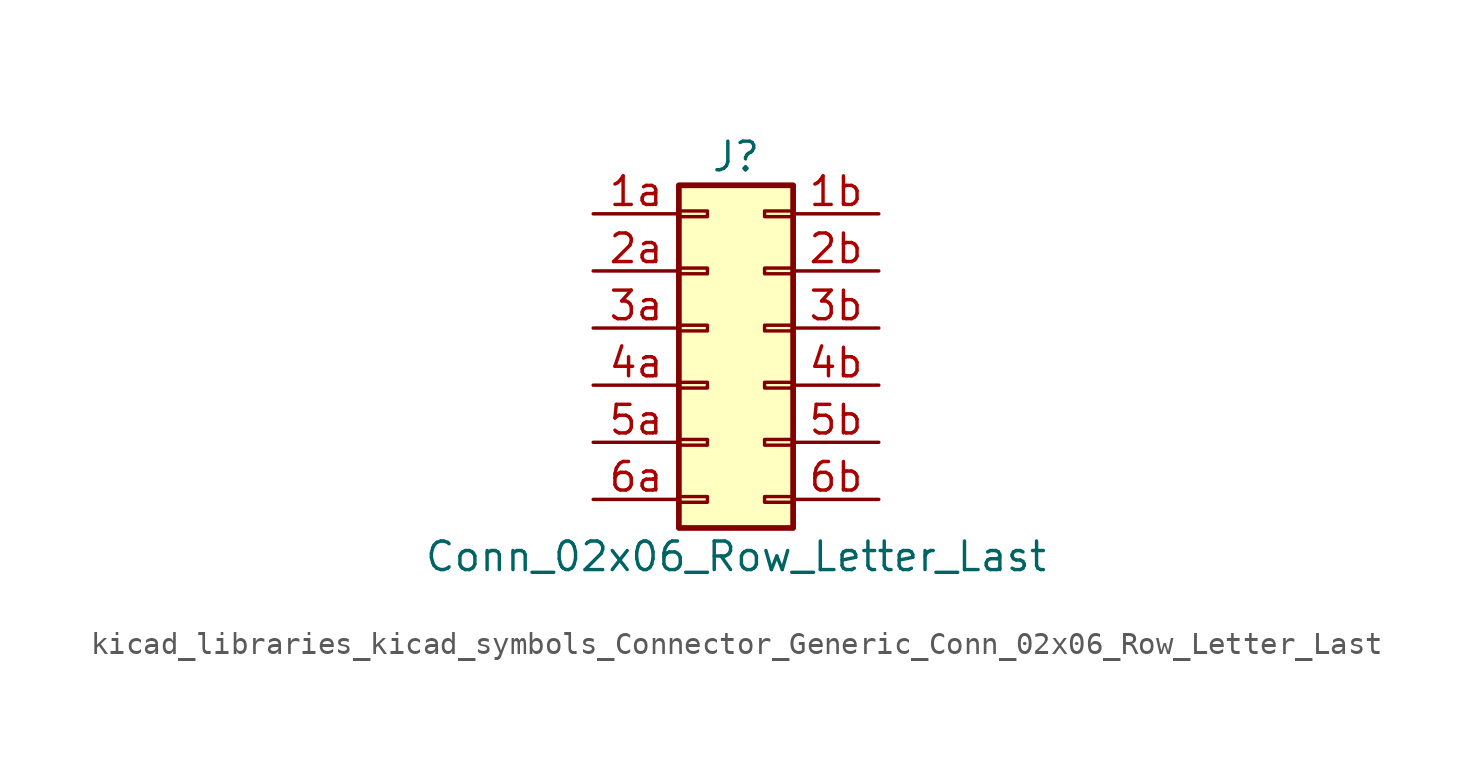
<source format=kicad_sym>
(kicad_symbol_lib
  (version 20220914)
  (generator kicad_symbol_editor)
  (symbol "kicad_libraries_kicad_symbols_Connector_Generic_Conn_02x06_Row_Letter_Last"
    (pin_names
      (offset 1.016) hide)
    (property "Reference" "J"
      (at 1.27 7.62 0)
      (effects (font (size 1.27 1.27))))
    (property "Value" "Conn_02x06_Row_Letter_Last"
      (at 1.27 -10.16 0)
      (effects (font (size 1.27 1.27))))
    (symbol "kicad_libraries_kicad_symbols_Connector_Generic_Conn_02x06_Row_Letter_Last_1_1"
      (rectangle (start -1.27 -7.493) (end 0 -7.747) (stroke (width 0.152) (type default)) (fill (type none)))
      (rectangle (start -1.27 -4.953) (end 0 -5.207) (stroke (width 0.152) (type default)) (fill (type none)))
      (rectangle (start -1.27 -2.413) (end 0 -2.667) (stroke (width 0.152) (type default)) (fill (type none)))
      (rectangle (start -1.27 0.127) (end 0 -0.127) (stroke (width 0.152) (type default)) (fill (type none)))
      (rectangle (start -1.27 2.667) (end 0 2.413) (stroke (width 0.152) (type default)) (fill (type none)))
      (rectangle (start -1.27 5.207) (end 0 4.953) (stroke (width 0.152) (type default)) (fill (type none)))
      (rectangle (start -1.27 6.35) (end 3.81 -8.89) (stroke (width 0.254) (type default)) (fill (type background)))
      (rectangle (start 3.81 -7.493) (end 2.54 -7.747) (stroke (width 0.152) (type default)) (fill (type none)))
      (rectangle (start 3.81 -4.953) (end 2.54 -5.207) (stroke (width 0.152) (type default)) (fill (type none)))
      (rectangle (start 3.81 -2.413) (end 2.54 -2.667) (stroke (width 0.152) (type default)) (fill (type none)))
      (rectangle (start 3.81 0.127) (end 2.54 -0.127) (stroke (width 0.152) (type default)) (fill (type none)))
      (rectangle (start 3.81 2.667) (end 2.54 2.413) (stroke (width 0.152) (type default)) (fill (type none)))
      (rectangle (start 3.81 5.207) (end 2.54 4.953) (stroke (width 0.152) (type default)) (fill (type none)))
      (pin passive line (at -5.08 5.08 0) (length 3.81) (name "Pin_1a" (effects (font (size 1.27 1.27)))) (number "1a" (effects (font (size 1.27 1.27)))))
      (pin passive line (at 7.62 5.08 180) (length 3.81) (name "Pin_1b" (effects (font (size 1.27 1.27)))) (number "1b" (effects (font (size 1.27 1.27)))))
      (pin passive line (at -5.08 2.54 0) (length 3.81) (name "Pin_2a" (effects (font (size 1.27 1.27)))) (number "2a" (effects (font (size 1.27 1.27)))))
      (pin passive line (at 7.62 2.54 180) (length 3.81) (name "Pin_2b" (effects (font (size 1.27 1.27)))) (number "2b" (effects (font (size 1.27 1.27)))))
      (pin passive line (at -5.08 0 0) (length 3.81) (name "Pin_3a" (effects (font (size 1.27 1.27)))) (number "3a" (effects (font (size 1.27 1.27)))))
      (pin passive line (at 7.62 0 180) (length 3.81) (name "Pin_3b" (effects (font (size 1.27 1.27)))) (number "3b" (effects (font (size 1.27 1.27)))))
      (pin passive line (at -5.08 -2.54 0) (length 3.81) (name "Pin_4a" (effects (font (size 1.27 1.27)))) (number "4a" (effects (font (size 1.27 1.27)))))
      (pin passive line (at 7.62 -2.54 180) (length 3.81) (name "Pin_4b" (effects (font (size 1.27 1.27)))) (number "4b" (effects (font (size 1.27 1.27)))))
      (pin passive line (at -5.08 -5.08 0) (length 3.81) (name "Pin_5a" (effects (font (size 1.27 1.27)))) (number "5a" (effects (font (size 1.27 1.27)))))
      (pin passive line (at 7.62 -5.08 180) (length 3.81) (name "Pin_5b" (effects (font (size 1.27 1.27)))) (number "5b" (effects (font (size 1.27 1.27)))))
      (pin passive line (at -5.08 -7.62 0) (length 3.81) (name "Pin_6a" (effects (font (size 1.27 1.27)))) (number "6a" (effects (font (size 1.27 1.27)))))
      (pin passive line (at 7.62 -7.62 180) (length 3.81) (name "Pin_6b" (effects (font (size 1.27 1.27)))) (number "6b" (effects (font (size 1.27 1.27))))))))
</source>
